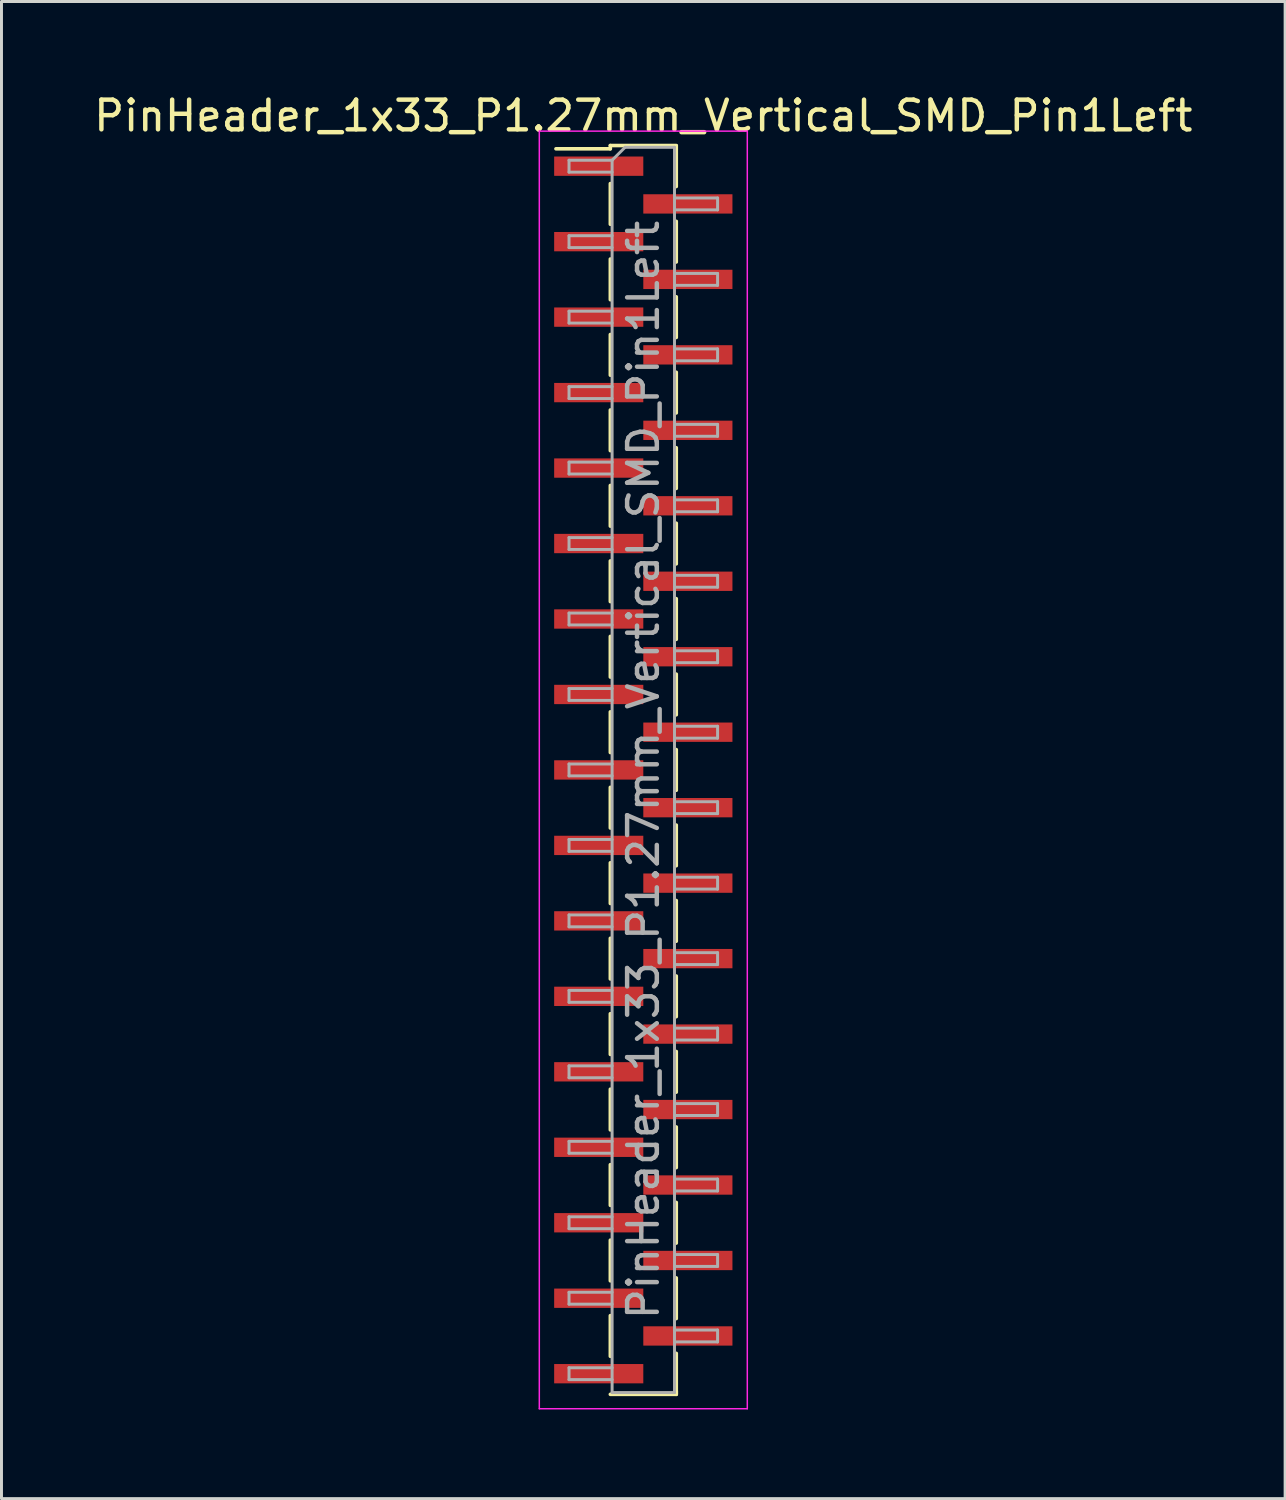
<source format=kicad_pcb>
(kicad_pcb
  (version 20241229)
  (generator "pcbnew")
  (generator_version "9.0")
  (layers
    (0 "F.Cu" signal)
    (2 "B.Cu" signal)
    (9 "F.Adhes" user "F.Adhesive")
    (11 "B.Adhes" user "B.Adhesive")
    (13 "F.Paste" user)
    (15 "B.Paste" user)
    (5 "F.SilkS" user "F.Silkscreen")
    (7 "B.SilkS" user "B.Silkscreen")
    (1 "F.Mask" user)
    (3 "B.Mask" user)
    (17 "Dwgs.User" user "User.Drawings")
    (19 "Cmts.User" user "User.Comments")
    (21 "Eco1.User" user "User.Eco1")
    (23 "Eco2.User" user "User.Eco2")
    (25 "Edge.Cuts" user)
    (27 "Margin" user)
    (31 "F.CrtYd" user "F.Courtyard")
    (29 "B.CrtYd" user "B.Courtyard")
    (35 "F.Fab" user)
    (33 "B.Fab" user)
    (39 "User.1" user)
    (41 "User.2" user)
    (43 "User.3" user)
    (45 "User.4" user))
  (footprint "PinHeader_1x33_P1.27mm_Vertical_SMD_Pin1Left"
    (layer "F.Cu")
    (at 18.601 22.863)
    (property "Reference" "PinHeader_1x33_P1.27mm_Vertical_SMD_Pin1Left" (at 0 -22.015 0) (layer "F.SilkS") (effects (font (size 1 1) (thickness 0.15))))
    (attr smd)
    (fp_line (start -1.11 -21.015) (end -1.11 -20.905) (stroke (width 0.12) (type solid)) (layer "F.SilkS"))
    (fp_line (start -1.11 -21.015) (end 1.11 -21.015) (stroke (width 0.12) (type solid)) (layer "F.SilkS"))
    (fp_line (start -1.11 -20.905) (end -2.94 -20.905) (stroke (width 0.12) (type solid)) (layer "F.SilkS"))
    (fp_line (start -1.11 -19.735) (end -1.11 -18.365) (stroke (width 0.12) (type solid)) (layer "F.SilkS"))
    (fp_line (start -1.11 -17.195) (end -1.11 -15.825) (stroke (width 0.12) (type solid)) (layer "F.SilkS"))
    (fp_line (start -1.11 -14.655) (end -1.11 -13.285) (stroke (width 0.12) (type solid)) (layer "F.SilkS"))
    (fp_line (start -1.11 -12.115) (end -1.11 -10.745) (stroke (width 0.12) (type solid)) (layer "F.SilkS"))
    (fp_line (start -1.11 -9.575) (end -1.11 -8.205) (stroke (width 0.12) (type solid)) (layer "F.SilkS"))
    (fp_line (start -1.11 -7.035) (end -1.11 -5.665) (stroke (width 0.12) (type solid)) (layer "F.SilkS"))
    (fp_line (start -1.11 -4.495) (end -1.11 -3.125) (stroke (width 0.12) (type solid)) (layer "F.SilkS"))
    (fp_line (start -1.11 -1.955) (end -1.11 -0.585) (stroke (width 0.12) (type solid)) (layer "F.SilkS"))
    (fp_line (start -1.11 0.585) (end -1.11 1.955) (stroke (width 0.12) (type solid)) (layer "F.SilkS"))
    (fp_line (start -1.11 3.125) (end -1.11 4.495) (stroke (width 0.12) (type solid)) (layer "F.SilkS"))
    (fp_line (start -1.11 5.665) (end -1.11 7.035) (stroke (width 0.12) (type solid)) (layer "F.SilkS"))
    (fp_line (start -1.11 8.205) (end -1.11 9.575) (stroke (width 0.12) (type solid)) (layer "F.SilkS"))
    (fp_line (start -1.11 10.745) (end -1.11 12.115) (stroke (width 0.12) (type solid)) (layer "F.SilkS"))
    (fp_line (start -1.11 13.285) (end -1.11 14.655) (stroke (width 0.12) (type solid)) (layer "F.SilkS"))
    (fp_line (start -1.11 15.825) (end -1.11 17.195) (stroke (width 0.12) (type solid)) (layer "F.SilkS"))
    (fp_line (start -1.11 18.365) (end -1.11 19.735) (stroke (width 0.12) (type solid)) (layer "F.SilkS"))
    (fp_line (start -1.11 21.015) (end 1.11 21.015) (stroke (width 0.12) (type solid)) (layer "F.SilkS"))
    (fp_line (start 1.11 -21.005) (end 1.11 -19.635) (stroke (width 0.12) (type solid)) (layer "F.SilkS"))
    (fp_line (start 1.11 -18.465) (end 1.11 -17.095) (stroke (width 0.12) (type solid)) (layer "F.SilkS"))
    (fp_line (start 1.11 -15.925) (end 1.11 -14.555) (stroke (width 0.12) (type solid)) (layer "F.SilkS"))
    (fp_line (start 1.11 -13.385) (end 1.11 -12.015) (stroke (width 0.12) (type solid)) (layer "F.SilkS"))
    (fp_line (start 1.11 -10.845) (end 1.11 -9.475) (stroke (width 0.12) (type solid)) (layer "F.SilkS"))
    (fp_line (start 1.11 -8.305) (end 1.11 -6.935) (stroke (width 0.12) (type solid)) (layer "F.SilkS"))
    (fp_line (start 1.11 -5.765) (end 1.11 -4.395) (stroke (width 0.12) (type solid)) (layer "F.SilkS"))
    (fp_line (start 1.11 -3.225) (end 1.11 -1.855) (stroke (width 0.12) (type solid)) (layer "F.SilkS"))
    (fp_line (start 1.11 -0.685) (end 1.11 0.685) (stroke (width 0.12) (type solid)) (layer "F.SilkS"))
    (fp_line (start 1.11 1.855) (end 1.11 3.225) (stroke (width 0.12) (type solid)) (layer "F.SilkS"))
    (fp_line (start 1.11 4.395) (end 1.11 5.765) (stroke (width 0.12) (type solid)) (layer "F.SilkS"))
    (fp_line (start 1.11 6.935) (end 1.11 8.305) (stroke (width 0.12) (type solid)) (layer "F.SilkS"))
    (fp_line (start 1.11 9.475) (end 1.11 10.845) (stroke (width 0.12) (type solid)) (layer "F.SilkS"))
    (fp_line (start 1.11 12.015) (end 1.11 13.385) (stroke (width 0.12) (type solid)) (layer "F.SilkS"))
    (fp_line (start 1.11 14.555) (end 1.11 15.925) (stroke (width 0.12) (type solid)) (layer "F.SilkS"))
    (fp_line (start 1.11 17.095) (end 1.11 18.465) (stroke (width 0.12) (type solid)) (layer "F.SilkS"))
    (fp_line (start 1.11 19.635) (end 1.11 21.005) (stroke (width 0.12) (type solid)) (layer "F.SilkS"))
    (fp_line (start 1.11 20.905) (end 1.11 21.015) (stroke (width 0.12) (type solid)) (layer "F.SilkS"))
    (fp_line (start -3.5 -21.5) (end -3.5 21.5) (stroke (width 0.05) (type solid)) (layer "F.CrtYd"))
    (fp_line (start -3.5 21.5) (end 3.5 21.5) (stroke (width 0.05) (type solid)) (layer "F.CrtYd"))
    (fp_line (start 3.5 -21.5) (end -3.5 -21.5) (stroke (width 0.05) (type solid)) (layer "F.CrtYd"))
    (fp_line (start 3.5 21.5) (end 3.5 -21.5) (stroke (width 0.05) (type solid)) (layer "F.CrtYd"))
    (fp_line (start -2.5 -20.52) (end -2.5 -20.12) (stroke (width 0.1) (type solid)) (layer "F.Fab"))
    (fp_line (start -2.5 -20.12) (end -1.05 -20.12) (stroke (width 0.1) (type solid)) (layer "F.Fab"))
    (fp_line (start -2.5 -17.98) (end -2.5 -17.58) (stroke (width 0.1) (type solid)) (layer "F.Fab"))
    (fp_line (start -2.5 -17.58) (end -1.05 -17.58) (stroke (width 0.1) (type solid)) (layer "F.Fab"))
    (fp_line (start -2.5 -15.44) (end -2.5 -15.04) (stroke (width 0.1) (type solid)) (layer "F.Fab"))
    (fp_line (start -2.5 -15.04) (end -1.05 -15.04) (stroke (width 0.1) (type solid)) (layer "F.Fab"))
    (fp_line (start -2.5 -12.9) (end -2.5 -12.5) (stroke (width 0.1) (type solid)) (layer "F.Fab"))
    (fp_line (start -2.5 -12.5) (end -1.05 -12.5) (stroke (width 0.1) (type solid)) (layer "F.Fab"))
    (fp_line (start -2.5 -10.36) (end -2.5 -9.96) (stroke (width 0.1) (type solid)) (layer "F.Fab"))
    (fp_line (start -2.5 -9.96) (end -1.05 -9.96) (stroke (width 0.1) (type solid)) (layer "F.Fab"))
    (fp_line (start -2.5 -7.82) (end -2.5 -7.42) (stroke (width 0.1) (type solid)) (layer "F.Fab"))
    (fp_line (start -2.5 -7.42) (end -1.05 -7.42) (stroke (width 0.1) (type solid)) (layer "F.Fab"))
    (fp_line (start -2.5 -5.28) (end -2.5 -4.88) (stroke (width 0.1) (type solid)) (layer "F.Fab"))
    (fp_line (start -2.5 -4.88) (end -1.05 -4.88) (stroke (width 0.1) (type solid)) (layer "F.Fab"))
    (fp_line (start -2.5 -2.74) (end -2.5 -2.34) (stroke (width 0.1) (type solid)) (layer "F.Fab"))
    (fp_line (start -2.5 -2.34) (end -1.05 -2.34) (stroke (width 0.1) (type solid)) (layer "F.Fab"))
    (fp_line (start -2.5 -0.2) (end -2.5 0.2) (stroke (width 0.1) (type solid)) (layer "F.Fab"))
    (fp_line (start -2.5 0.2) (end -1.05 0.2) (stroke (width 0.1) (type solid)) (layer "F.Fab"))
    (fp_line (start -2.5 2.34) (end -2.5 2.74) (stroke (width 0.1) (type solid)) (layer "F.Fab"))
    (fp_line (start -2.5 2.74) (end -1.05 2.74) (stroke (width 0.1) (type solid)) (layer "F.Fab"))
    (fp_line (start -2.5 4.88) (end -2.5 5.28) (stroke (width 0.1) (type solid)) (layer "F.Fab"))
    (fp_line (start -2.5 5.28) (end -1.05 5.28) (stroke (width 0.1) (type solid)) (layer "F.Fab"))
    (fp_line (start -2.5 7.42) (end -2.5 7.82) (stroke (width 0.1) (type solid)) (layer "F.Fab"))
    (fp_line (start -2.5 7.82) (end -1.05 7.82) (stroke (width 0.1) (type solid)) (layer "F.Fab"))
    (fp_line (start -2.5 9.96) (end -2.5 10.36) (stroke (width 0.1) (type solid)) (layer "F.Fab"))
    (fp_line (start -2.5 10.36) (end -1.05 10.36) (stroke (width 0.1) (type solid)) (layer "F.Fab"))
    (fp_line (start -2.5 12.5) (end -2.5 12.9) (stroke (width 0.1) (type solid)) (layer "F.Fab"))
    (fp_line (start -2.5 12.9) (end -1.05 12.9) (stroke (width 0.1) (type solid)) (layer "F.Fab"))
    (fp_line (start -2.5 15.04) (end -2.5 15.44) (stroke (width 0.1) (type solid)) (layer "F.Fab"))
    (fp_line (start -2.5 15.44) (end -1.05 15.44) (stroke (width 0.1) (type solid)) (layer "F.Fab"))
    (fp_line (start -2.5 17.58) (end -2.5 17.98) (stroke (width 0.1) (type solid)) (layer "F.Fab"))
    (fp_line (start -2.5 17.98) (end -1.05 17.98) (stroke (width 0.1) (type solid)) (layer "F.Fab"))
    (fp_line (start -2.5 20.12) (end -2.5 20.52) (stroke (width 0.1) (type solid)) (layer "F.Fab"))
    (fp_line (start -2.5 20.52) (end -1.05 20.52) (stroke (width 0.1) (type solid)) (layer "F.Fab"))
    (fp_line (start -1.05 -20.52) (end -2.5 -20.52) (stroke (width 0.1) (type solid)) (layer "F.Fab"))
    (fp_line (start -1.05 -20.52) (end -0.615 -20.955) (stroke (width 0.1) (type solid)) (layer "F.Fab"))
    (fp_line (start -1.05 -17.98) (end -2.5 -17.98) (stroke (width 0.1) (type solid)) (layer "F.Fab"))
    (fp_line (start -1.05 -15.44) (end -2.5 -15.44) (stroke (width 0.1) (type solid)) (layer "F.Fab"))
    (fp_line (start -1.05 -12.9) (end -2.5 -12.9) (stroke (width 0.1) (type solid)) (layer "F.Fab"))
    (fp_line (start -1.05 -10.36) (end -2.5 -10.36) (stroke (width 0.1) (type solid)) (layer "F.Fab"))
    (fp_line (start -1.05 -7.82) (end -2.5 -7.82) (stroke (width 0.1) (type solid)) (layer "F.Fab"))
    (fp_line (start -1.05 -5.28) (end -2.5 -5.28) (stroke (width 0.1) (type solid)) (layer "F.Fab"))
    (fp_line (start -1.05 -2.74) (end -2.5 -2.74) (stroke (width 0.1) (type solid)) (layer "F.Fab"))
    (fp_line (start -1.05 -0.2) (end -2.5 -0.2) (stroke (width 0.1) (type solid)) (layer "F.Fab"))
    (fp_line (start -1.05 2.34) (end -2.5 2.34) (stroke (width 0.1) (type solid)) (layer "F.Fab"))
    (fp_line (start -1.05 4.88) (end -2.5 4.88) (stroke (width 0.1) (type solid)) (layer "F.Fab"))
    (fp_line (start -1.05 7.42) (end -2.5 7.42) (stroke (width 0.1) (type solid)) (layer "F.Fab"))
    (fp_line (start -1.05 9.96) (end -2.5 9.96) (stroke (width 0.1) (type solid)) (layer "F.Fab"))
    (fp_line (start -1.05 12.5) (end -2.5 12.5) (stroke (width 0.1) (type solid)) (layer "F.Fab"))
    (fp_line (start -1.05 15.04) (end -2.5 15.04) (stroke (width 0.1) (type solid)) (layer "F.Fab"))
    (fp_line (start -1.05 17.58) (end -2.5 17.58) (stroke (width 0.1) (type solid)) (layer "F.Fab"))
    (fp_line (start -1.05 20.12) (end -2.5 20.12) (stroke (width 0.1) (type solid)) (layer "F.Fab"))
    (fp_line (start -1.05 20.955) (end -1.05 -20.52) (stroke (width 0.1) (type solid)) (layer "F.Fab"))
    (fp_line (start -0.615 -20.955) (end 1.05 -20.955) (stroke (width 0.1) (type solid)) (layer "F.Fab"))
    (fp_line (start 1.05 -20.955) (end 1.05 20.955) (stroke (width 0.1) (type solid)) (layer "F.Fab"))
    (fp_line (start 1.05 -19.25) (end 2.5 -19.25) (stroke (width 0.1) (type solid)) (layer "F.Fab"))
    (fp_line (start 1.05 -16.71) (end 2.5 -16.71) (stroke (width 0.1) (type solid)) (layer "F.Fab"))
    (fp_line (start 1.05 -14.17) (end 2.5 -14.17) (stroke (width 0.1) (type solid)) (layer "F.Fab"))
    (fp_line (start 1.05 -11.63) (end 2.5 -11.63) (stroke (width 0.1) (type solid)) (layer "F.Fab"))
    (fp_line (start 1.05 -9.09) (end 2.5 -9.09) (stroke (width 0.1) (type solid)) (layer "F.Fab"))
    (fp_line (start 1.05 -6.55) (end 2.5 -6.55) (stroke (width 0.1) (type solid)) (layer "F.Fab"))
    (fp_line (start 1.05 -4.01) (end 2.5 -4.01) (stroke (width 0.1) (type solid)) (layer "F.Fab"))
    (fp_line (start 1.05 -1.47) (end 2.5 -1.47) (stroke (width 0.1) (type solid)) (layer "F.Fab"))
    (fp_line (start 1.05 1.07) (end 2.5 1.07) (stroke (width 0.1) (type solid)) (layer "F.Fab"))
    (fp_line (start 1.05 3.61) (end 2.5 3.61) (stroke (width 0.1) (type solid)) (layer "F.Fab"))
    (fp_line (start 1.05 6.15) (end 2.5 6.15) (stroke (width 0.1) (type solid)) (layer "F.Fab"))
    (fp_line (start 1.05 8.69) (end 2.5 8.69) (stroke (width 0.1) (type solid)) (layer "F.Fab"))
    (fp_line (start 1.05 11.23) (end 2.5 11.23) (stroke (width 0.1) (type solid)) (layer "F.Fab"))
    (fp_line (start 1.05 13.77) (end 2.5 13.77) (stroke (width 0.1) (type solid)) (layer "F.Fab"))
    (fp_line (start 1.05 16.31) (end 2.5 16.31) (stroke (width 0.1) (type solid)) (layer "F.Fab"))
    (fp_line (start 1.05 18.85) (end 2.5 18.85) (stroke (width 0.1) (type solid)) (layer "F.Fab"))
    (fp_line (start 1.05 20.955) (end -1.05 20.955) (stroke (width 0.1) (type solid)) (layer "F.Fab"))
    (fp_line (start 2.5 -19.25) (end 2.5 -18.85) (stroke (width 0.1) (type solid)) (layer "F.Fab"))
    (fp_line (start 2.5 -18.85) (end 1.05 -18.85) (stroke (width 0.1) (type solid)) (layer "F.Fab"))
    (fp_line (start 2.5 -16.71) (end 2.5 -16.31) (stroke (width 0.1) (type solid)) (layer "F.Fab"))
    (fp_line (start 2.5 -16.31) (end 1.05 -16.31) (stroke (width 0.1) (type solid)) (layer "F.Fab"))
    (fp_line (start 2.5 -14.17) (end 2.5 -13.77) (stroke (width 0.1) (type solid)) (layer "F.Fab"))
    (fp_line (start 2.5 -13.77) (end 1.05 -13.77) (stroke (width 0.1) (type solid)) (layer "F.Fab"))
    (fp_line (start 2.5 -11.63) (end 2.5 -11.23) (stroke (width 0.1) (type solid)) (layer "F.Fab"))
    (fp_line (start 2.5 -11.23) (end 1.05 -11.23) (stroke (width 0.1) (type solid)) (layer "F.Fab"))
    (fp_line (start 2.5 -9.09) (end 2.5 -8.69) (stroke (width 0.1) (type solid)) (layer "F.Fab"))
    (fp_line (start 2.5 -8.69) (end 1.05 -8.69) (stroke (width 0.1) (type solid)) (layer "F.Fab"))
    (fp_line (start 2.5 -6.55) (end 2.5 -6.15) (stroke (width 0.1) (type solid)) (layer "F.Fab"))
    (fp_line (start 2.5 -6.15) (end 1.05 -6.15) (stroke (width 0.1) (type solid)) (layer "F.Fab"))
    (fp_line (start 2.5 -4.01) (end 2.5 -3.61) (stroke (width 0.1) (type solid)) (layer "F.Fab"))
    (fp_line (start 2.5 -3.61) (end 1.05 -3.61) (stroke (width 0.1) (type solid)) (layer "F.Fab"))
    (fp_line (start 2.5 -1.47) (end 2.5 -1.07) (stroke (width 0.1) (type solid)) (layer "F.Fab"))
    (fp_line (start 2.5 -1.07) (end 1.05 -1.07) (stroke (width 0.1) (type solid)) (layer "F.Fab"))
    (fp_line (start 2.5 1.07) (end 2.5 1.47) (stroke (width 0.1) (type solid)) (layer "F.Fab"))
    (fp_line (start 2.5 1.47) (end 1.05 1.47) (stroke (width 0.1) (type solid)) (layer "F.Fab"))
    (fp_line (start 2.5 3.61) (end 2.5 4.01) (stroke (width 0.1) (type solid)) (layer "F.Fab"))
    (fp_line (start 2.5 4.01) (end 1.05 4.01) (stroke (width 0.1) (type solid)) (layer "F.Fab"))
    (fp_line (start 2.5 6.15) (end 2.5 6.55) (stroke (width 0.1) (type solid)) (layer "F.Fab"))
    (fp_line (start 2.5 6.55) (end 1.05 6.55) (stroke (width 0.1) (type solid)) (layer "F.Fab"))
    (fp_line (start 2.5 8.69) (end 2.5 9.09) (stroke (width 0.1) (type solid)) (layer "F.Fab"))
    (fp_line (start 2.5 9.09) (end 1.05 9.09) (stroke (width 0.1) (type solid)) (layer "F.Fab"))
    (fp_line (start 2.5 11.23) (end 2.5 11.63) (stroke (width 0.1) (type solid)) (layer "F.Fab"))
    (fp_line (start 2.5 11.63) (end 1.05 11.63) (stroke (width 0.1) (type solid)) (layer "F.Fab"))
    (fp_line (start 2.5 13.77) (end 2.5 14.17) (stroke (width 0.1) (type solid)) (layer "F.Fab"))
    (fp_line (start 2.5 14.17) (end 1.05 14.17) (stroke (width 0.1) (type solid)) (layer "F.Fab"))
    (fp_line (start 2.5 16.31) (end 2.5 16.71) (stroke (width 0.1) (type solid)) (layer "F.Fab"))
    (fp_line (start 2.5 16.71) (end 1.05 16.71) (stroke (width 0.1) (type solid)) (layer "F.Fab"))
    (fp_line (start 2.5 18.85) (end 2.5 19.25) (stroke (width 0.1) (type solid)) (layer "F.Fab"))
    (fp_line (start 2.5 19.25) (end 1.05 19.25) (stroke (width 0.1) (type solid)) (layer "F.Fab"))
    (fp_text user "${REFERENCE}" (at 0 0 90) (layer "F.Fab") (effects (font (size 1 1) (thickness 0.15))))
    (pad "1" smd rect (at -1.5 -20.32) (size 3 0.65) (layers "F.Cu" "F.Mask" "F.Paste"))
    (pad "2" smd rect (at 1.5 -19.05) (size 3 0.65) (layers "F.Cu" "F.Mask" "F.Paste"))
    (pad "3" smd rect (at -1.5 -17.78) (size 3 0.65) (layers "F.Cu" "F.Mask" "F.Paste"))
    (pad "4" smd rect (at 1.5 -16.51) (size 3 0.65) (layers "F.Cu" "F.Mask" "F.Paste"))
    (pad "5" smd rect (at -1.5 -15.24) (size 3 0.65) (layers "F.Cu" "F.Mask" "F.Paste"))
    (pad "6" smd rect (at 1.5 -13.97) (size 3 0.65) (layers "F.Cu" "F.Mask" "F.Paste"))
    (pad "7" smd rect (at -1.5 -12.7) (size 3 0.65) (layers "F.Cu" "F.Mask" "F.Paste"))
    (pad "8" smd rect (at 1.5 -11.43) (size 3 0.65) (layers "F.Cu" "F.Mask" "F.Paste"))
    (pad "9" smd rect (at -1.5 -10.16) (size 3 0.65) (layers "F.Cu" "F.Mask" "F.Paste"))
    (pad "10" smd rect (at 1.5 -8.89) (size 3 0.65) (layers "F.Cu" "F.Mask" "F.Paste"))
    (pad "11" smd rect (at -1.5 -7.62) (size 3 0.65) (layers "F.Cu" "F.Mask" "F.Paste"))
    (pad "12" smd rect (at 1.5 -6.35) (size 3 0.65) (layers "F.Cu" "F.Mask" "F.Paste"))
    (pad "13" smd rect (at -1.5 -5.08) (size 3 0.65) (layers "F.Cu" "F.Mask" "F.Paste"))
    (pad "14" smd rect (at 1.5 -3.81) (size 3 0.65) (layers "F.Cu" "F.Mask" "F.Paste"))
    (pad "15" smd rect (at -1.5 -2.54) (size 3 0.65) (layers "F.Cu" "F.Mask" "F.Paste"))
    (pad "16" smd rect (at 1.5 -1.27) (size 3 0.65) (layers "F.Cu" "F.Mask" "F.Paste"))
    (pad "17" smd rect (at -1.5 0) (size 3 0.65) (layers "F.Cu" "F.Mask" "F.Paste"))
    (pad "18" smd rect (at 1.5 1.27) (size 3 0.65) (layers "F.Cu" "F.Mask" "F.Paste"))
    (pad "19" smd rect (at -1.5 2.54) (size 3 0.65) (layers "F.Cu" "F.Mask" "F.Paste"))
    (pad "20" smd rect (at 1.5 3.81) (size 3 0.65) (layers "F.Cu" "F.Mask" "F.Paste"))
    (pad "21" smd rect (at -1.5 5.08) (size 3 0.65) (layers "F.Cu" "F.Mask" "F.Paste"))
    (pad "22" smd rect (at 1.5 6.35) (size 3 0.65) (layers "F.Cu" "F.Mask" "F.Paste"))
    (pad "23" smd rect (at -1.5 7.62) (size 3 0.65) (layers "F.Cu" "F.Mask" "F.Paste"))
    (pad "24" smd rect (at 1.5 8.89) (size 3 0.65) (layers "F.Cu" "F.Mask" "F.Paste"))
    (pad "25" smd rect (at -1.5 10.16) (size 3 0.65) (layers "F.Cu" "F.Mask" "F.Paste"))
    (pad "26" smd rect (at 1.5 11.43) (size 3 0.65) (layers "F.Cu" "F.Mask" "F.Paste"))
    (pad "27" smd rect (at -1.5 12.7) (size 3 0.65) (layers "F.Cu" "F.Mask" "F.Paste"))
    (pad "28" smd rect (at 1.5 13.97) (size 3 0.65) (layers "F.Cu" "F.Mask" "F.Paste"))
    (pad "29" smd rect (at -1.5 15.24) (size 3 0.65) (layers "F.Cu" "F.Mask" "F.Paste"))
    (pad "30" smd rect (at 1.5 16.51) (size 3 0.65) (layers "F.Cu" "F.Mask" "F.Paste"))
    (pad "31" smd rect (at -1.5 17.78) (size 3 0.65) (layers "F.Cu" "F.Mask" "F.Paste"))
    (pad "32" smd rect (at 1.5 19.05) (size 3 0.65) (layers "F.Cu" "F.Mask" "F.Paste"))
    (pad "33" smd rect (at -1.5 20.32) (size 3 0.65) (layers "F.Cu" "F.Mask" "F.Paste")))
  (gr_rect
    (start -3 -3)
    (end 40.202 47.388)
    (stroke (width 0.1) (type default))
    (fill no)
    (layer "Edge.Cuts")))
</source>
